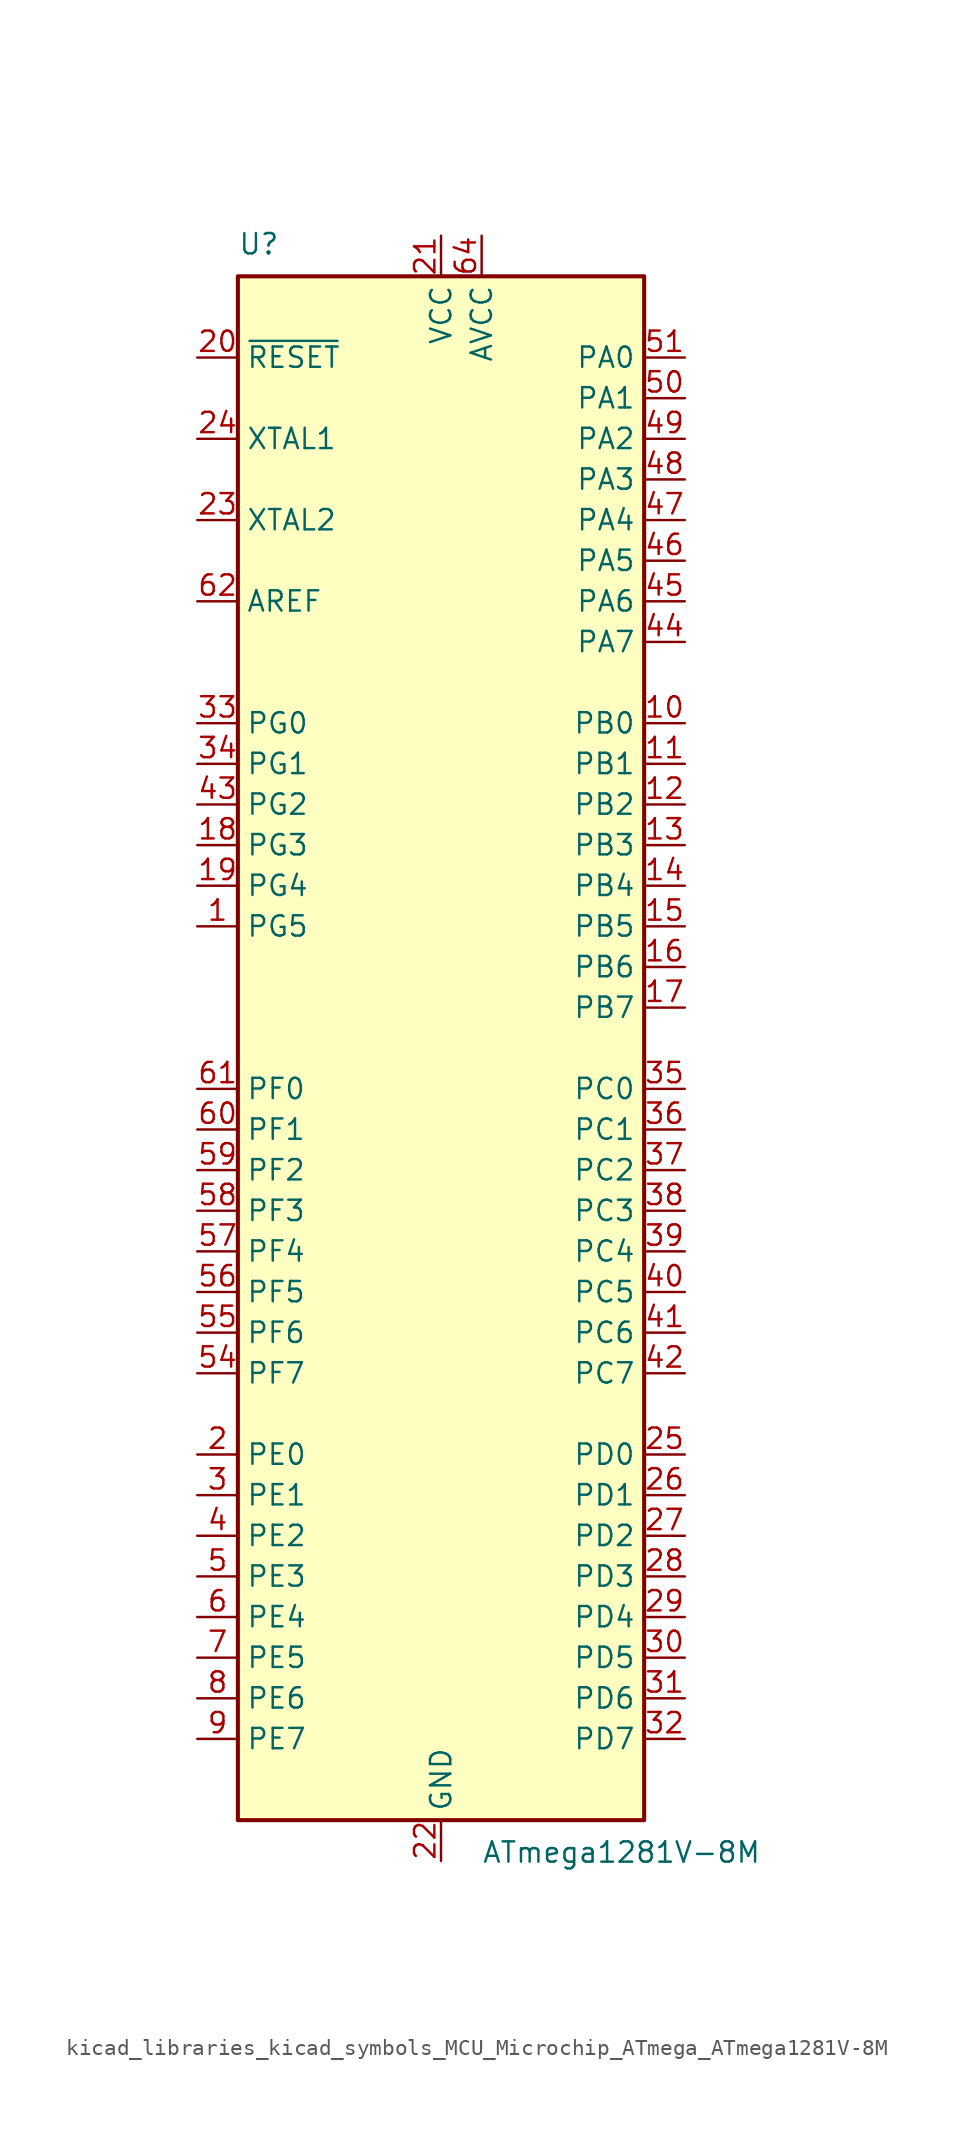
<source format=kicad_sym>
(kicad_symbol_lib
  (version 20220914)
  (generator kicad_symbol_editor)
  (symbol "kicad_libraries_kicad_symbols_MCU_Microchip_ATmega_ATmega1281V-8M"
    (property "Reference" "U"
      (at -12.7 49.53 0)
      (effects (font (size 1.27 1.27)) (justify left bottom)))
    (property "Value" "ATmega1281V-8M"
      (at 2.54 -49.53 0)
      (effects (font (size 1.27 1.27)) (justify left top)))
    (symbol "kicad_libraries_kicad_symbols_MCU_Microchip_ATmega_ATmega1281V-8M_0_1"
      (rectangle (start -12.7 -48.26) (end 12.7 48.26) (stroke (width 0.254) (type default)) (fill (type background))))
    (symbol "kicad_libraries_kicad_symbols_MCU_Microchip_ATmega_ATmega1281V-8M_1_1"
      (pin bidirectional line (at -15.24 7.62 0) (length 2.54) (name "PG5" (effects (font (size 1.27 1.27)))) (number "1" (effects (font (size 1.27 1.27)))))
      (pin bidirectional line (at 15.24 20.32 180) (length 2.54) (name "PB0" (effects (font (size 1.27 1.27)))) (number "10" (effects (font (size 1.27 1.27)))))
      (pin bidirectional line (at 15.24 17.78 180) (length 2.54) (name "PB1" (effects (font (size 1.27 1.27)))) (number "11" (effects (font (size 1.27 1.27)))))
      (pin bidirectional line (at 15.24 15.24 180) (length 2.54) (name "PB2" (effects (font (size 1.27 1.27)))) (number "12" (effects (font (size 1.27 1.27)))))
      (pin bidirectional line (at 15.24 12.7 180) (length 2.54) (name "PB3" (effects (font (size 1.27 1.27)))) (number "13" (effects (font (size 1.27 1.27)))))
      (pin bidirectional line (at 15.24 10.16 180) (length 2.54) (name "PB4" (effects (font (size 1.27 1.27)))) (number "14" (effects (font (size 1.27 1.27)))))
      (pin bidirectional line (at 15.24 7.62 180) (length 2.54) (name "PB5" (effects (font (size 1.27 1.27)))) (number "15" (effects (font (size 1.27 1.27)))))
      (pin bidirectional line (at 15.24 5.08 180) (length 2.54) (name "PB6" (effects (font (size 1.27 1.27)))) (number "16" (effects (font (size 1.27 1.27)))))
      (pin bidirectional line (at 15.24 2.54 180) (length 2.54) (name "PB7" (effects (font (size 1.27 1.27)))) (number "17" (effects (font (size 1.27 1.27)))))
      (pin bidirectional line (at -15.24 12.7 0) (length 2.54) (name "PG3" (effects (font (size 1.27 1.27)))) (number "18" (effects (font (size 1.27 1.27)))))
      (pin bidirectional line (at -15.24 10.16 0) (length 2.54) (name "PG4" (effects (font (size 1.27 1.27)))) (number "19" (effects (font (size 1.27 1.27)))))
      (pin bidirectional line (at -15.24 -25.4 0) (length 2.54) (name "PE0" (effects (font (size 1.27 1.27)))) (number "2" (effects (font (size 1.27 1.27)))))
      (pin input line (at -15.24 43.18 0) (length 2.54) (name "~{RESET}" (effects (font (size 1.27 1.27)))) (number "20" (effects (font (size 1.27 1.27)))))
      (pin power_in line (at 0 50.8 270) (length 2.54) (name "VCC" (effects (font (size 1.27 1.27)))) (number "21" (effects (font (size 1.27 1.27)))))
      (pin power_in line (at 0 -50.8 90) (length 2.54) (name "GND" (effects (font (size 1.27 1.27)))) (number "22" (effects (font (size 1.27 1.27)))))
      (pin output line (at -15.24 33.02 0) (length 2.54) (name "XTAL2" (effects (font (size 1.27 1.27)))) (number "23" (effects (font (size 1.27 1.27)))))
      (pin input line (at -15.24 38.1 0) (length 2.54) (name "XTAL1" (effects (font (size 1.27 1.27)))) (number "24" (effects (font (size 1.27 1.27)))))
      (pin bidirectional line (at 15.24 -25.4 180) (length 2.54) (name "PD0" (effects (font (size 1.27 1.27)))) (number "25" (effects (font (size 1.27 1.27)))))
      (pin bidirectional line (at 15.24 -27.94 180) (length 2.54) (name "PD1" (effects (font (size 1.27 1.27)))) (number "26" (effects (font (size 1.27 1.27)))))
      (pin bidirectional line (at 15.24 -30.48 180) (length 2.54) (name "PD2" (effects (font (size 1.27 1.27)))) (number "27" (effects (font (size 1.27 1.27)))))
      (pin bidirectional line (at 15.24 -33.02 180) (length 2.54) (name "PD3" (effects (font (size 1.27 1.27)))) (number "28" (effects (font (size 1.27 1.27)))))
      (pin bidirectional line (at 15.24 -35.56 180) (length 2.54) (name "PD4" (effects (font (size 1.27 1.27)))) (number "29" (effects (font (size 1.27 1.27)))))
      (pin bidirectional line (at -15.24 -27.94 0) (length 2.54) (name "PE1" (effects (font (size 1.27 1.27)))) (number "3" (effects (font (size 1.27 1.27)))))
      (pin bidirectional line (at 15.24 -38.1 180) (length 2.54) (name "PD5" (effects (font (size 1.27 1.27)))) (number "30" (effects (font (size 1.27 1.27)))))
      (pin bidirectional line (at 15.24 -40.64 180) (length 2.54) (name "PD6" (effects (font (size 1.27 1.27)))) (number "31" (effects (font (size 1.27 1.27)))))
      (pin bidirectional line (at 15.24 -43.18 180) (length 2.54) (name "PD7" (effects (font (size 1.27 1.27)))) (number "32" (effects (font (size 1.27 1.27)))))
      (pin bidirectional line (at -15.24 20.32 0) (length 2.54) (name "PG0" (effects (font (size 1.27 1.27)))) (number "33" (effects (font (size 1.27 1.27)))))
      (pin bidirectional line (at -15.24 17.78 0) (length 2.54) (name "PG1" (effects (font (size 1.27 1.27)))) (number "34" (effects (font (size 1.27 1.27)))))
      (pin bidirectional line (at 15.24 -2.54 180) (length 2.54) (name "PC0" (effects (font (size 1.27 1.27)))) (number "35" (effects (font (size 1.27 1.27)))))
      (pin bidirectional line (at 15.24 -5.08 180) (length 2.54) (name "PC1" (effects (font (size 1.27 1.27)))) (number "36" (effects (font (size 1.27 1.27)))))
      (pin bidirectional line (at 15.24 -7.62 180) (length 2.54) (name "PC2" (effects (font (size 1.27 1.27)))) (number "37" (effects (font (size 1.27 1.27)))))
      (pin bidirectional line (at 15.24 -10.16 180) (length 2.54) (name "PC3" (effects (font (size 1.27 1.27)))) (number "38" (effects (font (size 1.27 1.27)))))
      (pin bidirectional line (at 15.24 -12.7 180) (length 2.54) (name "PC4" (effects (font (size 1.27 1.27)))) (number "39" (effects (font (size 1.27 1.27)))))
      (pin bidirectional line (at -15.24 -30.48 0) (length 2.54) (name "PE2" (effects (font (size 1.27 1.27)))) (number "4" (effects (font (size 1.27 1.27)))))
      (pin bidirectional line (at 15.24 -15.24 180) (length 2.54) (name "PC5" (effects (font (size 1.27 1.27)))) (number "40" (effects (font (size 1.27 1.27)))))
      (pin bidirectional line (at 15.24 -17.78 180) (length 2.54) (name "PC6" (effects (font (size 1.27 1.27)))) (number "41" (effects (font (size 1.27 1.27)))))
      (pin bidirectional line (at 15.24 -20.32 180) (length 2.54) (name "PC7" (effects (font (size 1.27 1.27)))) (number "42" (effects (font (size 1.27 1.27)))))
      (pin bidirectional line (at -15.24 15.24 0) (length 2.54) (name "PG2" (effects (font (size 1.27 1.27)))) (number "43" (effects (font (size 1.27 1.27)))))
      (pin bidirectional line (at 15.24 25.4 180) (length 2.54) (name "PA7" (effects (font (size 1.27 1.27)))) (number "44" (effects (font (size 1.27 1.27)))))
      (pin bidirectional line (at 15.24 27.94 180) (length 2.54) (name "PA6" (effects (font (size 1.27 1.27)))) (number "45" (effects (font (size 1.27 1.27)))))
      (pin bidirectional line (at 15.24 30.48 180) (length 2.54) (name "PA5" (effects (font (size 1.27 1.27)))) (number "46" (effects (font (size 1.27 1.27)))))
      (pin bidirectional line (at 15.24 33.02 180) (length 2.54) (name "PA4" (effects (font (size 1.27 1.27)))) (number "47" (effects (font (size 1.27 1.27)))))
      (pin bidirectional line (at 15.24 35.56 180) (length 2.54) (name "PA3" (effects (font (size 1.27 1.27)))) (number "48" (effects (font (size 1.27 1.27)))))
      (pin bidirectional line (at 15.24 38.1 180) (length 2.54) (name "PA2" (effects (font (size 1.27 1.27)))) (number "49" (effects (font (size 1.27 1.27)))))
      (pin bidirectional line (at -15.24 -33.02 0) (length 2.54) (name "PE3" (effects (font (size 1.27 1.27)))) (number "5" (effects (font (size 1.27 1.27)))))
      (pin bidirectional line (at 15.24 40.64 180) (length 2.54) (name "PA1" (effects (font (size 1.27 1.27)))) (number "50" (effects (font (size 1.27 1.27)))))
      (pin bidirectional line (at 15.24 43.18 180) (length 2.54) (name "PA0" (effects (font (size 1.27 1.27)))) (number "51" (effects (font (size 1.27 1.27)))))
      (pin passive line (at 0 50.8 270) (length 2.54) hide (name "VCC" (effects (font (size 1.27 1.27)))) (number "52" (effects (font (size 1.27 1.27)))))
      (pin passive line (at 0 -50.8 90) (length 2.54) hide (name "GND" (effects (font (size 1.27 1.27)))) (number "53" (effects (font (size 1.27 1.27)))))
      (pin bidirectional line (at -15.24 -20.32 0) (length 2.54) (name "PF7" (effects (font (size 1.27 1.27)))) (number "54" (effects (font (size 1.27 1.27)))))
      (pin bidirectional line (at -15.24 -17.78 0) (length 2.54) (name "PF6" (effects (font (size 1.27 1.27)))) (number "55" (effects (font (size 1.27 1.27)))))
      (pin bidirectional line (at -15.24 -15.24 0) (length 2.54) (name "PF5" (effects (font (size 1.27 1.27)))) (number "56" (effects (font (size 1.27 1.27)))))
      (pin bidirectional line (at -15.24 -12.7 0) (length 2.54) (name "PF4" (effects (font (size 1.27 1.27)))) (number "57" (effects (font (size 1.27 1.27)))))
      (pin bidirectional line (at -15.24 -10.16 0) (length 2.54) (name "PF3" (effects (font (size 1.27 1.27)))) (number "58" (effects (font (size 1.27 1.27)))))
      (pin bidirectional line (at -15.24 -7.62 0) (length 2.54) (name "PF2" (effects (font (size 1.27 1.27)))) (number "59" (effects (font (size 1.27 1.27)))))
      (pin bidirectional line (at -15.24 -35.56 0) (length 2.54) (name "PE4" (effects (font (size 1.27 1.27)))) (number "6" (effects (font (size 1.27 1.27)))))
      (pin bidirectional line (at -15.24 -5.08 0) (length 2.54) (name "PF1" (effects (font (size 1.27 1.27)))) (number "60" (effects (font (size 1.27 1.27)))))
      (pin bidirectional line (at -15.24 -2.54 0) (length 2.54) (name "PF0" (effects (font (size 1.27 1.27)))) (number "61" (effects (font (size 1.27 1.27)))))
      (pin passive line (at -15.24 27.94 0) (length 2.54) (name "AREF" (effects (font (size 1.27 1.27)))) (number "62" (effects (font (size 1.27 1.27)))))
      (pin passive line (at 0 -50.8 90) (length 2.54) hide (name "GND" (effects (font (size 1.27 1.27)))) (number "63" (effects (font (size 1.27 1.27)))))
      (pin power_in line (at 2.54 50.8 270) (length 2.54) (name "AVCC" (effects (font (size 1.27 1.27)))) (number "64" (effects (font (size 1.27 1.27)))))
      (pin passive line (at 0 -50.8 90) (length 2.54) hide (name "GND" (effects (font (size 1.27 1.27)))) (number "65" (effects (font (size 1.27 1.27)))))
      (pin bidirectional line (at -15.24 -38.1 0) (length 2.54) (name "PE5" (effects (font (size 1.27 1.27)))) (number "7" (effects (font (size 1.27 1.27)))))
      (pin bidirectional line (at -15.24 -40.64 0) (length 2.54) (name "PE6" (effects (font (size 1.27 1.27)))) (number "8" (effects (font (size 1.27 1.27)))))
      (pin bidirectional line (at -15.24 -43.18 0) (length 2.54) (name "PE7" (effects (font (size 1.27 1.27)))) (number "9" (effects (font (size 1.27 1.27))))))))
</source>
